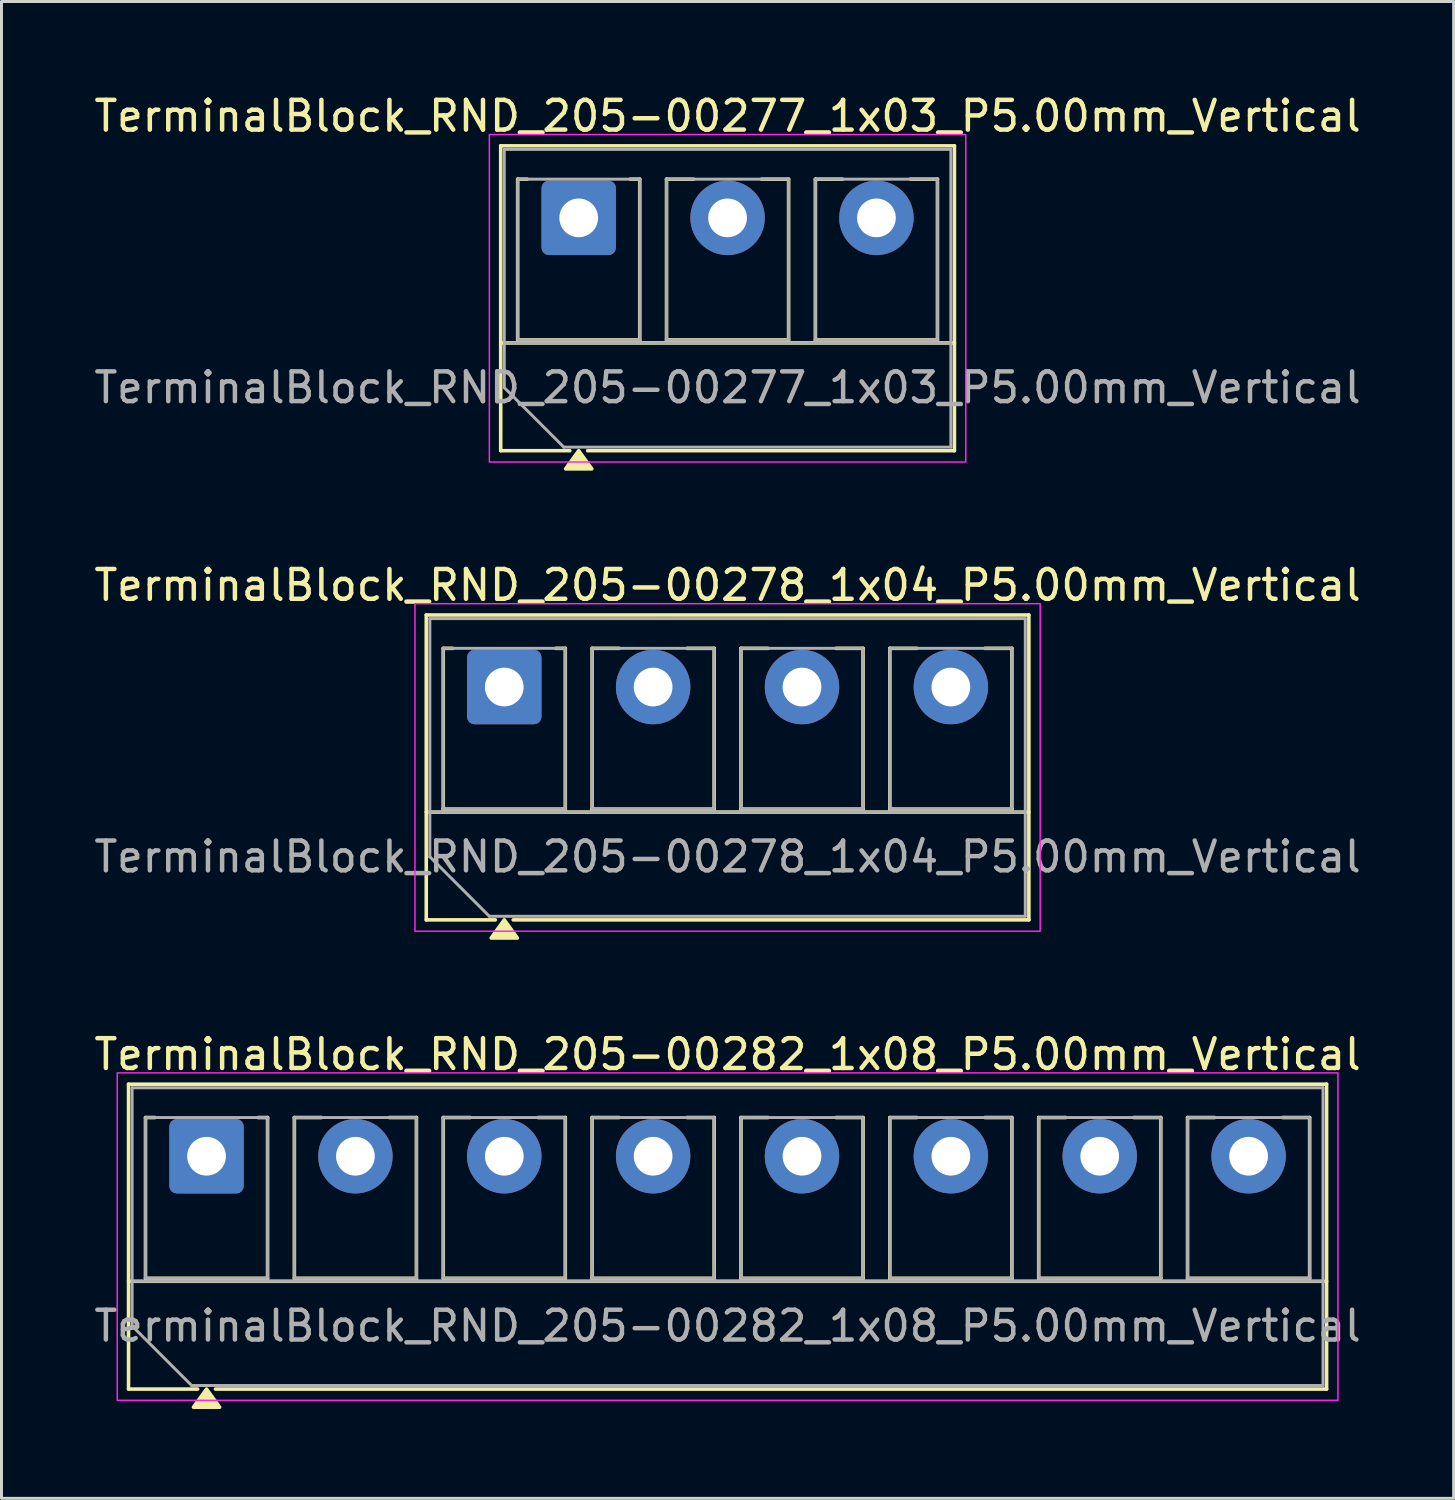
<source format=kicad_pcb>
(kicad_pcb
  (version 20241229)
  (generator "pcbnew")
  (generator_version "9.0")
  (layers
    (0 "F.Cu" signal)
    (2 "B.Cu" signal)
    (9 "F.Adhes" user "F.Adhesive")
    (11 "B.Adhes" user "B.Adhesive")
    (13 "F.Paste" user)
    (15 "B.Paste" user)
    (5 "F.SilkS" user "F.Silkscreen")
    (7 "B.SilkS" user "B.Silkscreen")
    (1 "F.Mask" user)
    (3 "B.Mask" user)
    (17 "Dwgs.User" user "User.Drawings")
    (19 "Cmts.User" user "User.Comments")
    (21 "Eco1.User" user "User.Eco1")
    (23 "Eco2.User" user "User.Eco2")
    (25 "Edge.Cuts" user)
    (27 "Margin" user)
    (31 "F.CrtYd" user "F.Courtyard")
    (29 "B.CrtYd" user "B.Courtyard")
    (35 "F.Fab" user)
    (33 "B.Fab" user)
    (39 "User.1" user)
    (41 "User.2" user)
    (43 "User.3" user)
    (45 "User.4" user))
  (footprint "TerminalBlock_RND_205-00277_1x03_P5.00mm_Vertical"
    (layer "F.Cu")
    (at 16.387 4.268)
    (property "Reference" "TerminalBlock_RND_205-00277_1x03_P5.00mm_Vertical" (at 5 -3.42 0) (layer "F.SilkS") (effects (font (size 1 1) (thickness 0.15))))
    (attr through_hole)
    (fp_line (start -2.62 -2.42) (end 12.62 -2.42) (stroke (width 0.12) (type solid)) (layer "F.SilkS"))
    (fp_line (start -2.62 4.2) (end 12.62 4.2) (stroke (width 0.12) (type solid)) (layer "F.SilkS"))
    (fp_line (start -2.62 7.82) (end -2.62 -2.42) (stroke (width 0.12) (type solid)) (layer "F.SilkS"))
    (fp_line (start -2.05 -1.3) (end -1.73 -1.3) (stroke (width 0.12) (type solid)) (layer "F.SilkS"))
    (fp_line (start -2.05 4.1) (end -2.05 -1.3) (stroke (width 0.12) (type solid)) (layer "F.SilkS"))
    (fp_line (start -0.3 7.82) (end -2.62 7.82) (stroke (width 0.12) (type solid)) (layer "F.SilkS"))
    (fp_line (start 1.73 -1.3) (end 2.05 -1.3) (stroke (width 0.12) (type solid)) (layer "F.SilkS"))
    (fp_line (start 2.05 -1.3) (end 2.05 4.1) (stroke (width 0.12) (type solid)) (layer "F.SilkS"))
    (fp_line (start 2.05 4.1) (end -2.05 4.1) (stroke (width 0.12) (type solid)) (layer "F.SilkS"))
    (fp_line (start 2.95 -1.3) (end 3.859 -1.3) (stroke (width 0.12) (type solid)) (layer "F.SilkS"))
    (fp_line (start 2.95 4.1) (end 2.95 -1.3) (stroke (width 0.12) (type solid)) (layer "F.SilkS"))
    (fp_line (start 6.141 -1.3) (end 7.05 -1.3) (stroke (width 0.12) (type solid)) (layer "F.SilkS"))
    (fp_line (start 7.05 -1.3) (end 7.05 4.1) (stroke (width 0.12) (type solid)) (layer "F.SilkS"))
    (fp_line (start 7.05 4.1) (end 2.95 4.1) (stroke (width 0.12) (type solid)) (layer "F.SilkS"))
    (fp_line (start 7.95 -1.3) (end 8.859 -1.3) (stroke (width 0.12) (type solid)) (layer "F.SilkS"))
    (fp_line (start 7.95 4.1) (end 7.95 -1.3) (stroke (width 0.12) (type solid)) (layer "F.SilkS"))
    (fp_line (start 11.141 -1.3) (end 12.05 -1.3) (stroke (width 0.12) (type solid)) (layer "F.SilkS"))
    (fp_line (start 12.05 -1.3) (end 12.05 4.1) (stroke (width 0.12) (type solid)) (layer "F.SilkS"))
    (fp_line (start 12.05 4.1) (end 7.95 4.1) (stroke (width 0.12) (type solid)) (layer "F.SilkS"))
    (fp_line (start 12.62 -2.42) (end 12.62 7.82) (stroke (width 0.12) (type solid)) (layer "F.SilkS"))
    (fp_line (start 12.62 7.82) (end 0.3 7.82) (stroke (width 0.12) (type solid)) (layer "F.SilkS"))
    (fp_poly (pts (xy 0 7.82) (xy 0.44 8.43) (xy -0.44 8.43)) (stroke (width 0.12) (type solid)) (fill yes) (layer "F.SilkS"))
    (fp_rect (start -3 -2.8) (end 13 8.2) (stroke (width 0.05) (type solid)) (fill no) (layer "F.CrtYd"))
    (fp_line (start -2.5 -2.3) (end 12.5 -2.3) (stroke (width 0.1) (type solid)) (layer "F.Fab"))
    (fp_line (start -2.5 4.2) (end 12.5 4.2) (stroke (width 0.1) (type solid)) (layer "F.Fab"))
    (fp_line (start -2.5 5.7) (end -2.5 -2.3) (stroke (width 0.1) (type solid)) (layer "F.Fab"))
    (fp_line (start -0.5 7.7) (end -2.5 5.7) (stroke (width 0.1) (type solid)) (layer "F.Fab"))
    (fp_line (start 12.5 -2.3) (end 12.5 7.7) (stroke (width 0.1) (type solid)) (layer "F.Fab"))
    (fp_line (start 12.5 7.7) (end -0.5 7.7) (stroke (width 0.1) (type solid)) (layer "F.Fab"))
    (fp_rect (start -2.05 -1.3) (end 2.05 4.1) (stroke (width 0.1) (type solid)) (fill no) (layer "F.Fab"))
    (fp_rect (start 2.95 -1.3) (end 7.05 4.1) (stroke (width 0.1) (type solid)) (fill no) (layer "F.Fab"))
    (fp_rect (start 7.95 -1.3) (end 12.05 4.1) (stroke (width 0.1) (type solid)) (fill no) (layer "F.Fab"))
    (fp_text user "${REFERENCE}" (at 5 5.7 0) (layer "F.Fab") (effects (font (size 1 1) (thickness 0.15))))
    (pad "1" thru_hole roundrect (at 0 0) (size 2.5 2.5) (drill 1.3) (layers "*.Cu" "*.Mask") (roundrect_rratio 0.1))
    (pad "2" thru_hole circle (at 5 0) (size 2.5 2.5) (drill 1.3) (layers "*.Cu" "*.Mask"))
    (pad "3" thru_hole circle (at 10 0) (size 2.5 2.5) (drill 1.3) (layers "*.Cu" "*.Mask")))
  (footprint "TerminalBlock_RND_205-00282_1x08_P5.00mm_Vertical"
    (layer "F.Cu")
    (at 3.887 35.785)
    (property "Reference" "TerminalBlock_RND_205-00282_1x08_P5.00mm_Vertical" (at 17.5 -3.42 0) (layer "F.SilkS") (effects (font (size 1 1) (thickness 0.15))))
    (attr through_hole)
    (fp_line (start -2.62 -2.42) (end 37.62 -2.42) (stroke (width 0.12) (type solid)) (layer "F.SilkS"))
    (fp_line (start -2.62 4.2) (end 37.62 4.2) (stroke (width 0.12) (type solid)) (layer "F.SilkS"))
    (fp_line (start -2.62 7.82) (end -2.62 -2.42) (stroke (width 0.12) (type solid)) (layer "F.SilkS"))
    (fp_line (start -2.05 -1.3) (end -1.73 -1.3) (stroke (width 0.12) (type solid)) (layer "F.SilkS"))
    (fp_line (start -2.05 4.1) (end -2.05 -1.3) (stroke (width 0.12) (type solid)) (layer "F.SilkS"))
    (fp_line (start -0.3 7.82) (end -2.62 7.82) (stroke (width 0.12) (type solid)) (layer "F.SilkS"))
    (fp_line (start 1.73 -1.3) (end 2.05 -1.3) (stroke (width 0.12) (type solid)) (layer "F.SilkS"))
    (fp_line (start 2.05 -1.3) (end 2.05 4.1) (stroke (width 0.12) (type solid)) (layer "F.SilkS"))
    (fp_line (start 2.05 4.1) (end -2.05 4.1) (stroke (width 0.12) (type solid)) (layer "F.SilkS"))
    (fp_line (start 2.95 -1.3) (end 3.859 -1.3) (stroke (width 0.12) (type solid)) (layer "F.SilkS"))
    (fp_line (start 2.95 4.1) (end 2.95 -1.3) (stroke (width 0.12) (type solid)) (layer "F.SilkS"))
    (fp_line (start 6.141 -1.3) (end 7.05 -1.3) (stroke (width 0.12) (type solid)) (layer "F.SilkS"))
    (fp_line (start 7.05 -1.3) (end 7.05 4.1) (stroke (width 0.12) (type solid)) (layer "F.SilkS"))
    (fp_line (start 7.05 4.1) (end 2.95 4.1) (stroke (width 0.12) (type solid)) (layer "F.SilkS"))
    (fp_line (start 7.95 -1.3) (end 8.859 -1.3) (stroke (width 0.12) (type solid)) (layer "F.SilkS"))
    (fp_line (start 7.95 4.1) (end 7.95 -1.3) (stroke (width 0.12) (type solid)) (layer "F.SilkS"))
    (fp_line (start 11.141 -1.3) (end 12.05 -1.3) (stroke (width 0.12) (type solid)) (layer "F.SilkS"))
    (fp_line (start 12.05 -1.3) (end 12.05 4.1) (stroke (width 0.12) (type solid)) (layer "F.SilkS"))
    (fp_line (start 12.05 4.1) (end 7.95 4.1) (stroke (width 0.12) (type solid)) (layer "F.SilkS"))
    (fp_line (start 12.95 -1.3) (end 13.859 -1.3) (stroke (width 0.12) (type solid)) (layer "F.SilkS"))
    (fp_line (start 12.95 4.1) (end 12.95 -1.3) (stroke (width 0.12) (type solid)) (layer "F.SilkS"))
    (fp_line (start 16.141 -1.3) (end 17.05 -1.3) (stroke (width 0.12) (type solid)) (layer "F.SilkS"))
    (fp_line (start 17.05 -1.3) (end 17.05 4.1) (stroke (width 0.12) (type solid)) (layer "F.SilkS"))
    (fp_line (start 17.05 4.1) (end 12.95 4.1) (stroke (width 0.12) (type solid)) (layer "F.SilkS"))
    (fp_line (start 17.95 -1.3) (end 18.859 -1.3) (stroke (width 0.12) (type solid)) (layer "F.SilkS"))
    (fp_line (start 17.95 4.1) (end 17.95 -1.3) (stroke (width 0.12) (type solid)) (layer "F.SilkS"))
    (fp_line (start 21.141 -1.3) (end 22.05 -1.3) (stroke (width 0.12) (type solid)) (layer "F.SilkS"))
    (fp_line (start 22.05 -1.3) (end 22.05 4.1) (stroke (width 0.12) (type solid)) (layer "F.SilkS"))
    (fp_line (start 22.05 4.1) (end 17.95 4.1) (stroke (width 0.12) (type solid)) (layer "F.SilkS"))
    (fp_line (start 22.95 -1.3) (end 23.859 -1.3) (stroke (width 0.12) (type solid)) (layer "F.SilkS"))
    (fp_line (start 22.95 4.1) (end 22.95 -1.3) (stroke (width 0.12) (type solid)) (layer "F.SilkS"))
    (fp_line (start 26.141 -1.3) (end 27.05 -1.3) (stroke (width 0.12) (type solid)) (layer "F.SilkS"))
    (fp_line (start 27.05 -1.3) (end 27.05 4.1) (stroke (width 0.12) (type solid)) (layer "F.SilkS"))
    (fp_line (start 27.05 4.1) (end 22.95 4.1) (stroke (width 0.12) (type solid)) (layer "F.SilkS"))
    (fp_line (start 27.95 -1.3) (end 28.859 -1.3) (stroke (width 0.12) (type solid)) (layer "F.SilkS"))
    (fp_line (start 27.95 4.1) (end 27.95 -1.3) (stroke (width 0.12) (type solid)) (layer "F.SilkS"))
    (fp_line (start 31.141 -1.3) (end 32.05 -1.3) (stroke (width 0.12) (type solid)) (layer "F.SilkS"))
    (fp_line (start 32.05 -1.3) (end 32.05 4.1) (stroke (width 0.12) (type solid)) (layer "F.SilkS"))
    (fp_line (start 32.05 4.1) (end 27.95 4.1) (stroke (width 0.12) (type solid)) (layer "F.SilkS"))
    (fp_line (start 32.95 -1.3) (end 33.859 -1.3) (stroke (width 0.12) (type solid)) (layer "F.SilkS"))
    (fp_line (start 32.95 4.1) (end 32.95 -1.3) (stroke (width 0.12) (type solid)) (layer "F.SilkS"))
    (fp_line (start 36.141 -1.3) (end 37.05 -1.3) (stroke (width 0.12) (type solid)) (layer "F.SilkS"))
    (fp_line (start 37.05 -1.3) (end 37.05 4.1) (stroke (width 0.12) (type solid)) (layer "F.SilkS"))
    (fp_line (start 37.05 4.1) (end 32.95 4.1) (stroke (width 0.12) (type solid)) (layer "F.SilkS"))
    (fp_line (start 37.62 -2.42) (end 37.62 7.82) (stroke (width 0.12) (type solid)) (layer "F.SilkS"))
    (fp_line (start 37.62 7.82) (end 0.3 7.82) (stroke (width 0.12) (type solid)) (layer "F.SilkS"))
    (fp_poly (pts (xy 0 7.82) (xy 0.44 8.43) (xy -0.44 8.43)) (stroke (width 0.12) (type solid)) (fill yes) (layer "F.SilkS"))
    (fp_rect (start -3 -2.8) (end 38 8.2) (stroke (width 0.05) (type solid)) (fill no) (layer "F.CrtYd"))
    (fp_line (start -2.5 -2.3) (end 37.5 -2.3) (stroke (width 0.1) (type solid)) (layer "F.Fab"))
    (fp_line (start -2.5 4.2) (end 37.5 4.2) (stroke (width 0.1) (type solid)) (layer "F.Fab"))
    (fp_line (start -2.5 5.7) (end -2.5 -2.3) (stroke (width 0.1) (type solid)) (layer "F.Fab"))
    (fp_line (start -0.5 7.7) (end -2.5 5.7) (stroke (width 0.1) (type solid)) (layer "F.Fab"))
    (fp_line (start 37.5 -2.3) (end 37.5 7.7) (stroke (width 0.1) (type solid)) (layer "F.Fab"))
    (fp_line (start 37.5 7.7) (end -0.5 7.7) (stroke (width 0.1) (type solid)) (layer "F.Fab"))
    (fp_rect (start -2.05 -1.3) (end 2.05 4.1) (stroke (width 0.1) (type solid)) (fill no) (layer "F.Fab"))
    (fp_rect (start 2.95 -1.3) (end 7.05 4.1) (stroke (width 0.1) (type solid)) (fill no) (layer "F.Fab"))
    (fp_rect (start 7.95 -1.3) (end 12.05 4.1) (stroke (width 0.1) (type solid)) (fill no) (layer "F.Fab"))
    (fp_rect (start 12.95 -1.3) (end 17.05 4.1) (stroke (width 0.1) (type solid)) (fill no) (layer "F.Fab"))
    (fp_rect (start 17.95 -1.3) (end 22.05 4.1) (stroke (width 0.1) (type solid)) (fill no) (layer "F.Fab"))
    (fp_rect (start 22.95 -1.3) (end 27.05 4.1) (stroke (width 0.1) (type solid)) (fill no) (layer "F.Fab"))
    (fp_rect (start 27.95 -1.3) (end 32.05 4.1) (stroke (width 0.1) (type solid)) (fill no) (layer "F.Fab"))
    (fp_rect (start 32.95 -1.3) (end 37.05 4.1) (stroke (width 0.1) (type solid)) (fill no) (layer "F.Fab"))
    (fp_text user "${REFERENCE}" (at 17.5 5.7 0) (layer "F.Fab") (effects (font (size 1 1) (thickness 0.15))))
    (pad "1" thru_hole roundrect (at 0 0) (size 2.5 2.5) (drill 1.3) (layers "*.Cu" "*.Mask") (roundrect_rratio 0.1))
    (pad "2" thru_hole circle (at 5 0) (size 2.5 2.5) (drill 1.3) (layers "*.Cu" "*.Mask"))
    (pad "3" thru_hole circle (at 10 0) (size 2.5 2.5) (drill 1.3) (layers "*.Cu" "*.Mask"))
    (pad "4" thru_hole circle (at 15 0) (size 2.5 2.5) (drill 1.3) (layers "*.Cu" "*.Mask"))
    (pad "5" thru_hole circle (at 20 0) (size 2.5 2.5) (drill 1.3) (layers "*.Cu" "*.Mask"))
    (pad "6" thru_hole circle (at 25 0) (size 2.5 2.5) (drill 1.3) (layers "*.Cu" "*.Mask"))
    (pad "7" thru_hole circle (at 30 0) (size 2.5 2.5) (drill 1.3) (layers "*.Cu" "*.Mask"))
    (pad "8" thru_hole circle (at 35 0) (size 2.5 2.5) (drill 1.3) (layers "*.Cu" "*.Mask")))
  (footprint "TerminalBlock_RND_205-00278_1x04_P5.00mm_Vertical"
    (layer "F.Cu")
    (at 13.887 20.026)
    (property "Reference" "TerminalBlock_RND_205-00278_1x04_P5.00mm_Vertical" (at 7.5 -3.42 0) (layer "F.SilkS") (effects (font (size 1 1) (thickness 0.15))))
    (attr through_hole)
    (fp_line (start -2.62 -2.42) (end 17.62 -2.42) (stroke (width 0.12) (type solid)) (layer "F.SilkS"))
    (fp_line (start -2.62 4.2) (end 17.62 4.2) (stroke (width 0.12) (type solid)) (layer "F.SilkS"))
    (fp_line (start -2.62 7.82) (end -2.62 -2.42) (stroke (width 0.12) (type solid)) (layer "F.SilkS"))
    (fp_line (start -2.05 -1.3) (end -1.73 -1.3) (stroke (width 0.12) (type solid)) (layer "F.SilkS"))
    (fp_line (start -2.05 4.1) (end -2.05 -1.3) (stroke (width 0.12) (type solid)) (layer "F.SilkS"))
    (fp_line (start -0.3 7.82) (end -2.62 7.82) (stroke (width 0.12) (type solid)) (layer "F.SilkS"))
    (fp_line (start 1.73 -1.3) (end 2.05 -1.3) (stroke (width 0.12) (type solid)) (layer "F.SilkS"))
    (fp_line (start 2.05 -1.3) (end 2.05 4.1) (stroke (width 0.12) (type solid)) (layer "F.SilkS"))
    (fp_line (start 2.05 4.1) (end -2.05 4.1) (stroke (width 0.12) (type solid)) (layer "F.SilkS"))
    (fp_line (start 2.95 -1.3) (end 3.859 -1.3) (stroke (width 0.12) (type solid)) (layer "F.SilkS"))
    (fp_line (start 2.95 4.1) (end 2.95 -1.3) (stroke (width 0.12) (type solid)) (layer "F.SilkS"))
    (fp_line (start 6.141 -1.3) (end 7.05 -1.3) (stroke (width 0.12) (type solid)) (layer "F.SilkS"))
    (fp_line (start 7.05 -1.3) (end 7.05 4.1) (stroke (width 0.12) (type solid)) (layer "F.SilkS"))
    (fp_line (start 7.05 4.1) (end 2.95 4.1) (stroke (width 0.12) (type solid)) (layer "F.SilkS"))
    (fp_line (start 7.95 -1.3) (end 8.859 -1.3) (stroke (width 0.12) (type solid)) (layer "F.SilkS"))
    (fp_line (start 7.95 4.1) (end 7.95 -1.3) (stroke (width 0.12) (type solid)) (layer "F.SilkS"))
    (fp_line (start 11.141 -1.3) (end 12.05 -1.3) (stroke (width 0.12) (type solid)) (layer "F.SilkS"))
    (fp_line (start 12.05 -1.3) (end 12.05 4.1) (stroke (width 0.12) (type solid)) (layer "F.SilkS"))
    (fp_line (start 12.05 4.1) (end 7.95 4.1) (stroke (width 0.12) (type solid)) (layer "F.SilkS"))
    (fp_line (start 12.95 -1.3) (end 13.859 -1.3) (stroke (width 0.12) (type solid)) (layer "F.SilkS"))
    (fp_line (start 12.95 4.1) (end 12.95 -1.3) (stroke (width 0.12) (type solid)) (layer "F.SilkS"))
    (fp_line (start 16.141 -1.3) (end 17.05 -1.3) (stroke (width 0.12) (type solid)) (layer "F.SilkS"))
    (fp_line (start 17.05 -1.3) (end 17.05 4.1) (stroke (width 0.12) (type solid)) (layer "F.SilkS"))
    (fp_line (start 17.05 4.1) (end 12.95 4.1) (stroke (width 0.12) (type solid)) (layer "F.SilkS"))
    (fp_line (start 17.62 -2.42) (end 17.62 7.82) (stroke (width 0.12) (type solid)) (layer "F.SilkS"))
    (fp_line (start 17.62 7.82) (end 0.3 7.82) (stroke (width 0.12) (type solid)) (layer "F.SilkS"))
    (fp_poly (pts (xy 0 7.82) (xy 0.44 8.43) (xy -0.44 8.43)) (stroke (width 0.12) (type solid)) (fill yes) (layer "F.SilkS"))
    (fp_rect (start -3 -2.8) (end 18 8.2) (stroke (width 0.05) (type solid)) (fill no) (layer "F.CrtYd"))
    (fp_line (start -2.5 -2.3) (end 17.5 -2.3) (stroke (width 0.1) (type solid)) (layer "F.Fab"))
    (fp_line (start -2.5 4.2) (end 17.5 4.2) (stroke (width 0.1) (type solid)) (layer "F.Fab"))
    (fp_line (start -2.5 5.7) (end -2.5 -2.3) (stroke (width 0.1) (type solid)) (layer "F.Fab"))
    (fp_line (start -0.5 7.7) (end -2.5 5.7) (stroke (width 0.1) (type solid)) (layer "F.Fab"))
    (fp_line (start 17.5 -2.3) (end 17.5 7.7) (stroke (width 0.1) (type solid)) (layer "F.Fab"))
    (fp_line (start 17.5 7.7) (end -0.5 7.7) (stroke (width 0.1) (type solid)) (layer "F.Fab"))
    (fp_rect (start -2.05 -1.3) (end 2.05 4.1) (stroke (width 0.1) (type solid)) (fill no) (layer "F.Fab"))
    (fp_rect (start 2.95 -1.3) (end 7.05 4.1) (stroke (width 0.1) (type solid)) (fill no) (layer "F.Fab"))
    (fp_rect (start 7.95 -1.3) (end 12.05 4.1) (stroke (width 0.1) (type solid)) (fill no) (layer "F.Fab"))
    (fp_rect (start 12.95 -1.3) (end 17.05 4.1) (stroke (width 0.1) (type solid)) (fill no) (layer "F.Fab"))
    (fp_text user "${REFERENCE}" (at 7.5 5.7 0) (layer "F.Fab") (effects (font (size 1 1) (thickness 0.15))))
    (pad "1" thru_hole roundrect (at 0 0) (size 2.5 2.5) (drill 1.3) (layers "*.Cu" "*.Mask") (roundrect_rratio 0.1))
    (pad "2" thru_hole circle (at 5 0) (size 2.5 2.5) (drill 1.3) (layers "*.Cu" "*.Mask"))
    (pad "3" thru_hole circle (at 10 0) (size 2.5 2.5) (drill 1.3) (layers "*.Cu" "*.Mask"))
    (pad "4" thru_hole circle (at 15 0) (size 2.5 2.5) (drill 1.3) (layers "*.Cu" "*.Mask")))
  (gr_rect
    (start -3 -3)
    (end 45.774 47.275)
    (stroke (width 0.1) (type default))
    (fill no)
    (layer "Edge.Cuts")))
</source>
